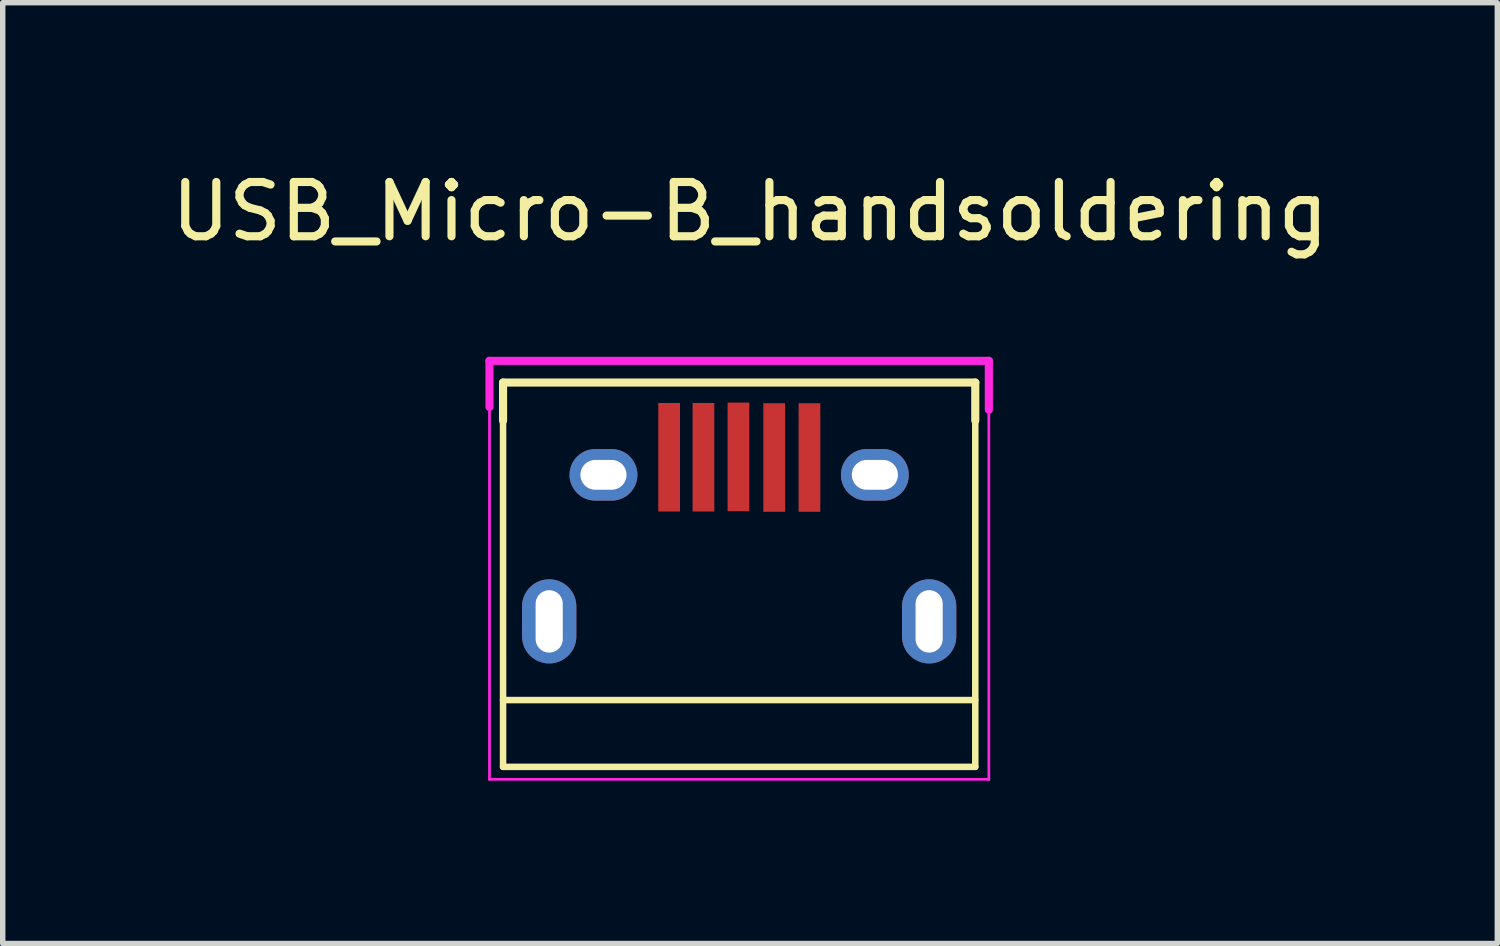
<source format=kicad_pcb>
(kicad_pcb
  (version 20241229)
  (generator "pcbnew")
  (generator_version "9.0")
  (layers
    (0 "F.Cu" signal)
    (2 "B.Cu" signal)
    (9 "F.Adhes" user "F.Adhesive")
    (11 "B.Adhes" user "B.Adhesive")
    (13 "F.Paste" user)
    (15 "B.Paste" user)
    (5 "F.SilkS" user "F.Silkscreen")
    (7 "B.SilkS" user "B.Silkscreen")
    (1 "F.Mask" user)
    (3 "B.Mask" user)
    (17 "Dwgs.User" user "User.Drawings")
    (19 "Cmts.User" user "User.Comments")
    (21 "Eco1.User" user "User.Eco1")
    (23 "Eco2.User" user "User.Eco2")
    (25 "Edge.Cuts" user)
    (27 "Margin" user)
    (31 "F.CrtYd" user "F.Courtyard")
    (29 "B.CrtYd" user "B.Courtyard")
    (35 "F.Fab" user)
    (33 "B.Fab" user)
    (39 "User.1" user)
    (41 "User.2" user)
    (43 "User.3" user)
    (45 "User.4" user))
  (footprint "USB_Micro-B_handsoldering"
    (layer "F.Cu")
    (at 10.568 7.048)
    (property "Reference" "USB_Micro-B_handsoldering" (at 0.2 -6.2 0) (layer "F.SilkS") (effects (font (size 1 1) (thickness 0.15))))
    (attr smd)
    (fp_line (start -4.35 -3.05) (end -4.35 -2.35) (stroke (width 0.15) (type solid)) (layer "F.SilkS"))
    (fp_line (start -4.35 4.03) (end -4.35 -2.38) (stroke (width 0.12) (type solid)) (layer "F.SilkS"))
    (fp_line (start -4.35 4.03) (end 4.35 4.03) (stroke (width 0.12) (type solid)) (layer "F.SilkS"))
    (fp_line (start 4.35 -3.05) (end -4.35 -3.05) (stroke (width 0.15) (type solid)) (layer "F.SilkS"))
    (fp_line (start 4.35 -2.38) (end 4.35 4.03) (stroke (width 0.12) (type solid)) (layer "F.SilkS"))
    (fp_line (start 4.35 -2.35) (end 4.35 -3.05) (stroke (width 0.15) (type solid)) (layer "F.SilkS"))
    (fp_line (start 4.35 2.8) (end -4.35 2.8) (stroke (width 0.12) (type solid)) (layer "F.SilkS"))
    (fp_line (start -4.6 -3.45) (end -4.6 -2.6) (stroke (width 0.15) (type solid)) (layer "F.CrtYd"))
    (fp_line (start -4.6 4.26) (end -4.6 -2.59) (stroke (width 0.05) (type solid)) (layer "F.CrtYd"))
    (fp_line (start 4.6 -3.45) (end -4.6 -3.45) (stroke (width 0.15) (type solid)) (layer "F.CrtYd"))
    (fp_line (start 4.6 -2.59) (end 4.6 4.26) (stroke (width 0.05) (type solid)) (layer "F.CrtYd"))
    (fp_line (start 4.6 -2.55) (end 4.6 -3.45) (stroke (width 0.15) (type solid)) (layer "F.CrtYd"))
    (fp_line (start 4.6 4.26) (end -4.6 4.26) (stroke (width 0.05) (type solid)) (layer "F.CrtYd"))
    (pad "1" smd rect (at -1.29 -1.674 90) (size 2 0.4) (layers "F.Cu" "F.Mask" "F.Paste"))
    (pad "2" smd rect (at -0.658 -1.674 90) (size 2 0.4) (layers "F.Cu" "F.Mask" "F.Paste"))
    (pad "3" smd rect (at -0.013 -1.681 90) (size 2 0.4) (layers "F.Cu" "F.Mask" "F.Paste"))
    (pad "4" smd rect (at 0.645 -1.669 90) (size 2 0.4) (layers "F.Cu" "F.Mask" "F.Paste"))
    (pad "5" smd rect (at 1.295 -1.669 90) (size 2 0.4) (layers "F.Cu" "F.Mask" "F.Paste"))
    (pad "6" thru_hole oval (at -3.5 1.35 90) (size 1.55 1) (drill oval 1.15 0.5) (layers "*.Cu" "*.Mask"))
    (pad "6" thru_hole oval (at -2.5 -1.35 90) (size 0.95 1.25) (drill oval 0.55 0.85) (layers "*.Cu" "*.Mask"))
    (pad "6" thru_hole oval (at 2.5 -1.35 90) (size 0.95 1.25) (drill oval 0.55 0.85) (layers "*.Cu" "*.Mask"))
    (pad "6" thru_hole oval (at 3.5 1.35 90) (size 1.55 1) (drill oval 1.15 0.5) (layers "*.Cu" "*.Mask")))
  (gr_rect
    (start -3 -3)
    (end 24.536 14.333)
    (stroke (width 0.1) (type default))
    (fill no)
    (layer "Edge.Cuts")))
</source>
